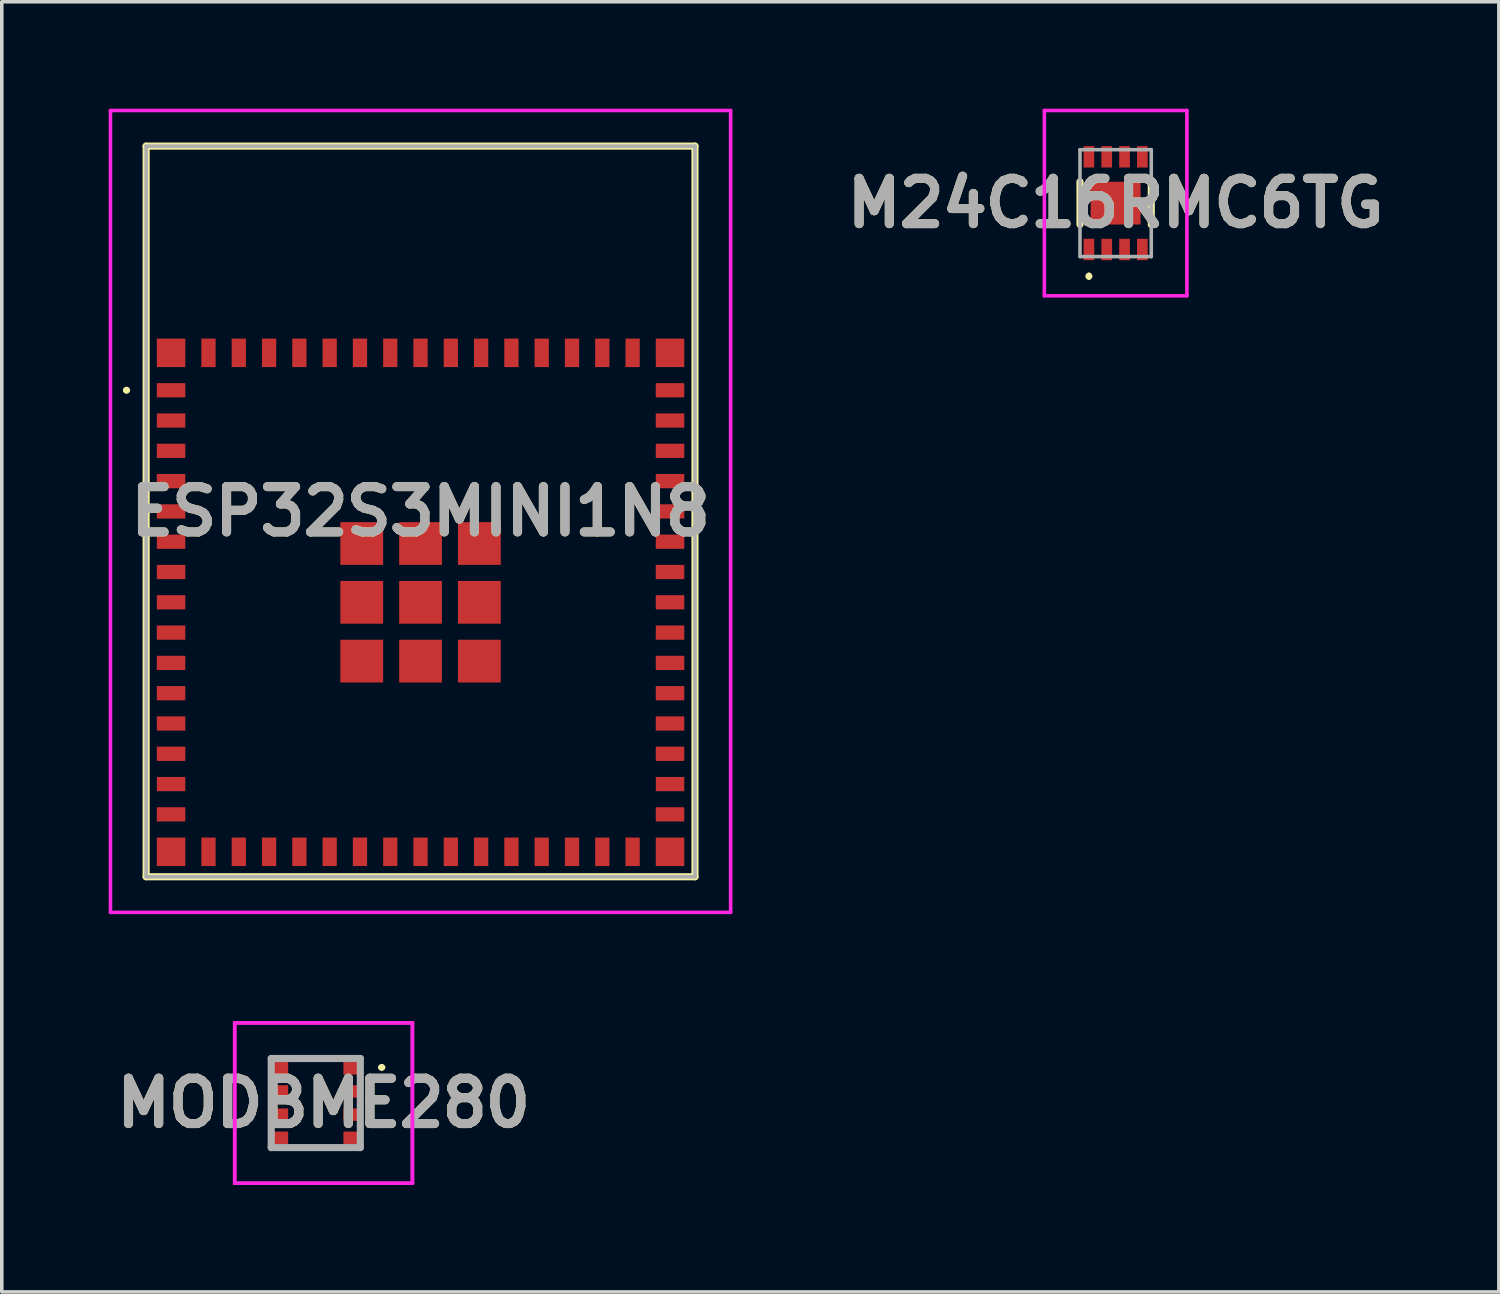
<source format=kicad_pcb>
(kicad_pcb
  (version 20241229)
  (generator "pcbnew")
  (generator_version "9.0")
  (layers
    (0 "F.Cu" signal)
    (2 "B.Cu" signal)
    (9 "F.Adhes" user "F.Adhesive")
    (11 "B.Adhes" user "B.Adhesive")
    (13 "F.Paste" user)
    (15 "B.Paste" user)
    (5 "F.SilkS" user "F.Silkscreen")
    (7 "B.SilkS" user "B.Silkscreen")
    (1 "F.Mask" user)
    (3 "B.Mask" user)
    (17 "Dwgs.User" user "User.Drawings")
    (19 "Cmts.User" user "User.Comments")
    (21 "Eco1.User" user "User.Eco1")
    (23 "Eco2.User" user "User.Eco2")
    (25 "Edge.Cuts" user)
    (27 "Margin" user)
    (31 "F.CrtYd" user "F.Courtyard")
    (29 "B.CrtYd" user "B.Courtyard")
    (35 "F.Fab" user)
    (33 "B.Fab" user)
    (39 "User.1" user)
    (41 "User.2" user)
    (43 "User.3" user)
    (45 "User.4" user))
  (footprint "MODBME280"
    (layer "F.Cu")
    (at 5.81 27.9)
    (property "Reference" "MODBME280" (at 0.219 0 0) (layer "F.SilkS") (effects (font (size 1.27 1.27) (thickness 0.254))))
    (attr smd)
    (fp_line (start -0.6 -1.25) (end 0.6 -1.25) (stroke (width 0.1) (type solid)) (layer "F.SilkS"))
    (fp_line (start -0.6 1.25) (end 0.6 1.25) (stroke (width 0.1) (type solid)) (layer "F.SilkS"))
    (fp_line (start 1.8 -1) (end 1.8 -1) (stroke (width 0.1) (type solid)) (layer "F.SilkS"))
    (fp_line (start 1.9 -1) (end 1.9 -1) (stroke (width 0.1) (type solid)) (layer "F.SilkS"))
    (fp_arc (start 1.8 -1) (mid 1.85 -1.05) (end 1.9 -1) (stroke (width 0.1) (type solid)) (layer "F.SilkS"))
    (fp_arc (start 1.9 -1) (mid 1.85 -0.95) (end 1.8 -1) (stroke (width 0.1) (type solid)) (layer "F.SilkS"))
    (fp_line (start -2.275 -2.25) (end 2.712 -2.25) (stroke (width 0.1) (type solid)) (layer "F.CrtYd"))
    (fp_line (start -2.275 -2.25) (end 2.712 -2.25) (stroke (width 0.1) (type solid)) (layer "F.CrtYd"))
    (fp_line (start -2.275 2.25) (end -2.275 -2.25) (stroke (width 0.1) (type solid)) (layer "F.CrtYd"))
    (fp_line (start -2.275 2.25) (end -2.275 -2.25) (stroke (width 0.1) (type solid)) (layer "F.CrtYd"))
    (fp_line (start 2.712 -2.25) (end 2.712 2.25) (stroke (width 0.1) (type solid)) (layer "F.CrtYd"))
    (fp_line (start 2.712 -2.25) (end 2.712 2.25) (stroke (width 0.1) (type solid)) (layer "F.CrtYd"))
    (fp_line (start 2.712 2.25) (end -2.275 2.25) (stroke (width 0.1) (type solid)) (layer "F.CrtYd"))
    (fp_line (start 2.712 2.25) (end -2.275 2.25) (stroke (width 0.1) (type solid)) (layer "F.CrtYd"))
    (fp_line (start -1.25 -1.25) (end 1.25 -1.25) (stroke (width 0.2) (type solid)) (layer "F.Fab"))
    (fp_line (start -1.25 1.25) (end -1.25 -1.25) (stroke (width 0.2) (type solid)) (layer "F.Fab"))
    (fp_line (start 1.25 -1.25) (end 1.25 1.25) (stroke (width 0.2) (type solid)) (layer "F.Fab"))
    (fp_line (start 1.25 1.25) (end -1.25 1.25) (stroke (width 0.2) (type solid)) (layer "F.Fab"))
    (fp_text user "${REFERENCE}" (at 0.219 0 0) (layer "F.Fab") (effects (font (size 1.27 1.27) (thickness 0.254))))
    (pad "1" smd rect (at 1.025 -0.975 90) (size 0.35 0.5) (layers "F.Cu" "F.Mask" "F.Paste"))
    (pad "2" smd rect (at 1.025 -0.325 90) (size 0.35 0.5) (layers "F.Cu" "F.Mask" "F.Paste"))
    (pad "3" smd rect (at 1.025 0.325 90) (size 0.35 0.5) (layers "F.Cu" "F.Mask" "F.Paste"))
    (pad "4" smd rect (at 1.025 0.975 90) (size 0.35 0.5) (layers "F.Cu" "F.Mask" "F.Paste"))
    (pad "5" smd rect (at -1.025 0.975 90) (size 0.35 0.5) (layers "F.Cu" "F.Mask" "F.Paste"))
    (pad "6" smd rect (at -1.025 0.325 90) (size 0.35 0.5) (layers "F.Cu" "F.Mask" "F.Paste"))
    (pad "7" smd rect (at -1.025 -0.325 90) (size 0.35 0.5) (layers "F.Cu" "F.Mask" "F.Paste"))
    (pad "8" smd rect (at -1.025 -0.975 90) (size 0.35 0.5) (layers "F.Cu" "F.Mask" "F.Paste")))
  (footprint "ESP32S3MINI1N8"
    (layer "F.Cu")
    (at 8.75 13.85)
    (property "Reference" "ESP32S3MINI1N8" (at 0 -2.55 0) (layer "F.SilkS") (effects (font (size 1.27 1.27) (thickness 0.254))))
    (attr smd)
    (fp_line (start -8.3 -5.95) (end -8.3 -5.95) (stroke (width 0.1) (type solid)) (layer "F.SilkS"))
    (fp_line (start -8.2 -5.95) (end -8.2 -5.95) (stroke (width 0.1) (type solid)) (layer "F.SilkS"))
    (fp_line (start -7.7 -12.8) (end 7.7 -12.8) (stroke (width 0.2) (type solid)) (layer "F.SilkS"))
    (fp_line (start -7.7 7.7) (end -7.7 -12.8) (stroke (width 0.2) (type solid)) (layer "F.SilkS"))
    (fp_line (start 7.7 -12.8) (end 7.7 7.7) (stroke (width 0.2) (type solid)) (layer "F.SilkS"))
    (fp_line (start 7.7 7.7) (end -7.7 7.7) (stroke (width 0.2) (type solid)) (layer "F.SilkS"))
    (fp_arc (start -8.3 -5.95) (mid -8.25 -6) (end -8.2 -5.95) (stroke (width 0.1) (type solid)) (layer "F.SilkS"))
    (fp_arc (start -8.2 -5.95) (mid -8.25 -5.9) (end -8.3 -5.95) (stroke (width 0.1) (type solid)) (layer "F.SilkS"))
    (fp_line (start -8.7 -13.8) (end 8.7 -13.8) (stroke (width 0.1) (type solid)) (layer "F.CrtYd"))
    (fp_line (start -8.7 8.7) (end -8.7 -13.8) (stroke (width 0.1) (type solid)) (layer "F.CrtYd"))
    (fp_line (start 8.7 -13.8) (end 8.7 8.7) (stroke (width 0.1) (type solid)) (layer "F.CrtYd"))
    (fp_line (start 8.7 8.7) (end -8.7 8.7) (stroke (width 0.1) (type solid)) (layer "F.CrtYd"))
    (fp_line (start -7.7 -12.8) (end 7.7 -12.8) (stroke (width 0.1) (type solid)) (layer "F.Fab"))
    (fp_line (start -7.7 7.7) (end -7.7 -12.8) (stroke (width 0.1) (type solid)) (layer "F.Fab"))
    (fp_line (start 7.7 -12.8) (end 7.7 7.7) (stroke (width 0.1) (type solid)) (layer "F.Fab"))
    (fp_line (start 7.7 7.7) (end -7.7 7.7) (stroke (width 0.1) (type solid)) (layer "F.Fab"))
    (fp_text user "${REFERENCE}" (at 0 -2.55 0) (layer "F.Fab") (effects (font (size 1.27 1.27) (thickness 0.254))))
    (pad "1" smd rect (at -7 -5.95 90) (size 0.4 0.8) (layers "F.Cu" "F.Mask" "F.Paste"))
    (pad "2" smd rect (at -7 -5.1 90) (size 0.4 0.8) (layers "F.Cu" "F.Mask" "F.Paste"))
    (pad "3" smd rect (at -7 -4.25 90) (size 0.4 0.8) (layers "F.Cu" "F.Mask" "F.Paste"))
    (pad "4" smd rect (at -7 -3.4 90) (size 0.4 0.8) (layers "F.Cu" "F.Mask" "F.Paste"))
    (pad "5" smd rect (at -7 -2.55 90) (size 0.4 0.8) (layers "F.Cu" "F.Mask" "F.Paste"))
    (pad "6" smd rect (at -7 -1.7 90) (size 0.4 0.8) (layers "F.Cu" "F.Mask" "F.Paste"))
    (pad "7" smd rect (at -7 -0.85 90) (size 0.4 0.8) (layers "F.Cu" "F.Mask" "F.Paste"))
    (pad "8" smd rect (at -7 0 90) (size 0.4 0.8) (layers "F.Cu" "F.Mask" "F.Paste"))
    (pad "9" smd rect (at -7 0.85 90) (size 0.4 0.8) (layers "F.Cu" "F.Mask" "F.Paste"))
    (pad "10" smd rect (at -7 1.7 90) (size 0.4 0.8) (layers "F.Cu" "F.Mask" "F.Paste"))
    (pad "11" smd rect (at -7 2.55 90) (size 0.4 0.8) (layers "F.Cu" "F.Mask" "F.Paste"))
    (pad "12" smd rect (at -7 3.4 90) (size 0.4 0.8) (layers "F.Cu" "F.Mask" "F.Paste"))
    (pad "13" smd rect (at -7 4.25 90) (size 0.4 0.8) (layers "F.Cu" "F.Mask" "F.Paste"))
    (pad "14" smd rect (at -7 5.1 90) (size 0.4 0.8) (layers "F.Cu" "F.Mask" "F.Paste"))
    (pad "15" smd rect (at -7 5.95 90) (size 0.4 0.8) (layers "F.Cu" "F.Mask" "F.Paste"))
    (pad "16" smd rect (at -5.95 7) (size 0.4 0.8) (layers "F.Cu" "F.Mask" "F.Paste"))
    (pad "17" smd rect (at -5.1 7) (size 0.4 0.8) (layers "F.Cu" "F.Mask" "F.Paste"))
    (pad "18" smd rect (at -4.25 7) (size 0.4 0.8) (layers "F.Cu" "F.Mask" "F.Paste"))
    (pad "19" smd rect (at -3.4 7) (size 0.4 0.8) (layers "F.Cu" "F.Mask" "F.Paste"))
    (pad "20" smd rect (at -2.55 7) (size 0.4 0.8) (layers "F.Cu" "F.Mask" "F.Paste"))
    (pad "21" smd rect (at -1.7 7) (size 0.4 0.8) (layers "F.Cu" "F.Mask" "F.Paste"))
    (pad "22" smd rect (at -0.85 7) (size 0.4 0.8) (layers "F.Cu" "F.Mask" "F.Paste"))
    (pad "23" smd rect (at 0 7) (size 0.4 0.8) (layers "F.Cu" "F.Mask" "F.Paste"))
    (pad "24" smd rect (at 0.85 7) (size 0.4 0.8) (layers "F.Cu" "F.Mask" "F.Paste"))
    (pad "25" smd rect (at 1.7 7) (size 0.4 0.8) (layers "F.Cu" "F.Mask" "F.Paste"))
    (pad "26" smd rect (at 2.55 7) (size 0.4 0.8) (layers "F.Cu" "F.Mask" "F.Paste"))
    (pad "27" smd rect (at 3.4 7) (size 0.4 0.8) (layers "F.Cu" "F.Mask" "F.Paste"))
    (pad "28" smd rect (at 4.25 7) (size 0.4 0.8) (layers "F.Cu" "F.Mask" "F.Paste"))
    (pad "29" smd rect (at 5.1 7) (size 0.4 0.8) (layers "F.Cu" "F.Mask" "F.Paste"))
    (pad "30" smd rect (at 5.95 7) (size 0.4 0.8) (layers "F.Cu" "F.Mask" "F.Paste"))
    (pad "31" smd rect (at 7 5.95 90) (size 0.4 0.8) (layers "F.Cu" "F.Mask" "F.Paste"))
    (pad "32" smd rect (at 7 5.1 90) (size 0.4 0.8) (layers "F.Cu" "F.Mask" "F.Paste"))
    (pad "33" smd rect (at 7 4.25 90) (size 0.4 0.8) (layers "F.Cu" "F.Mask" "F.Paste"))
    (pad "34" smd rect (at 7 3.4 90) (size 0.4 0.8) (layers "F.Cu" "F.Mask" "F.Paste"))
    (pad "35" smd rect (at 7 2.55 90) (size 0.4 0.8) (layers "F.Cu" "F.Mask" "F.Paste"))
    (pad "36" smd rect (at 7 1.7 90) (size 0.4 0.8) (layers "F.Cu" "F.Mask" "F.Paste"))
    (pad "37" smd rect (at 7 0.85 90) (size 0.4 0.8) (layers "F.Cu" "F.Mask" "F.Paste"))
    (pad "38" smd rect (at 7 0 90) (size 0.4 0.8) (layers "F.Cu" "F.Mask" "F.Paste"))
    (pad "39" smd rect (at 7 -0.85 90) (size 0.4 0.8) (layers "F.Cu" "F.Mask" "F.Paste"))
    (pad "40" smd rect (at 7 -1.7 90) (size 0.4 0.8) (layers "F.Cu" "F.Mask" "F.Paste"))
    (pad "41" smd rect (at 7 -2.55 90) (size 0.4 0.8) (layers "F.Cu" "F.Mask" "F.Paste"))
    (pad "42" smd rect (at 7 -3.4 90) (size 0.4 0.8) (layers "F.Cu" "F.Mask" "F.Paste"))
    (pad "43" smd rect (at 7 -4.25 90) (size 0.4 0.8) (layers "F.Cu" "F.Mask" "F.Paste"))
    (pad "44" smd rect (at 7 -5.1 90) (size 0.4 0.8) (layers "F.Cu" "F.Mask" "F.Paste"))
    (pad "45" smd rect (at 7 -5.95 90) (size 0.4 0.8) (layers "F.Cu" "F.Mask" "F.Paste"))
    (pad "46" smd rect (at 5.95 -7) (size 0.4 0.8) (layers "F.Cu" "F.Mask" "F.Paste"))
    (pad "47" smd rect (at 5.1 -7) (size 0.4 0.8) (layers "F.Cu" "F.Mask" "F.Paste"))
    (pad "48" smd rect (at 4.25 -7) (size 0.4 0.8) (layers "F.Cu" "F.Mask" "F.Paste"))
    (pad "49" smd rect (at 3.4 -7) (size 0.4 0.8) (layers "F.Cu" "F.Mask" "F.Paste"))
    (pad "50" smd rect (at 2.55 -7) (size 0.4 0.8) (layers "F.Cu" "F.Mask" "F.Paste"))
    (pad "51" smd rect (at 1.7 -7) (size 0.4 0.8) (layers "F.Cu" "F.Mask" "F.Paste"))
    (pad "52" smd rect (at 0.85 -7) (size 0.4 0.8) (layers "F.Cu" "F.Mask" "F.Paste"))
    (pad "53" smd rect (at 0 -7) (size 0.4 0.8) (layers "F.Cu" "F.Mask" "F.Paste"))
    (pad "54" smd rect (at -0.85 -7) (size 0.4 0.8) (layers "F.Cu" "F.Mask" "F.Paste"))
    (pad "55" smd rect (at -1.7 -7) (size 0.4 0.8) (layers "F.Cu" "F.Mask" "F.Paste"))
    (pad "56" smd rect (at -2.55 -7) (size 0.4 0.8) (layers "F.Cu" "F.Mask" "F.Paste"))
    (pad "57" smd rect (at -3.4 -7) (size 0.4 0.8) (layers "F.Cu" "F.Mask" "F.Paste"))
    (pad "58" smd rect (at -4.25 -7) (size 0.4 0.8) (layers "F.Cu" "F.Mask" "F.Paste"))
    (pad "59" smd rect (at -5.1 -7) (size 0.4 0.8) (layers "F.Cu" "F.Mask" "F.Paste"))
    (pad "60" smd rect (at -5.95 -7) (size 0.4 0.8) (layers "F.Cu" "F.Mask" "F.Paste"))
    (pad "61" smd rect (at 0 0) (size 1.2 1.2) (layers "F.Cu" "F.Mask" "F.Paste"))
    (pad "62" smd rect (at -7 -7) (size 0.8 0.8) (layers "F.Cu" "F.Mask" "F.Paste"))
    (pad "63" smd rect (at -7 7) (size 0.8 0.8) (layers "F.Cu" "F.Mask" "F.Paste"))
    (pad "64" smd rect (at 7 7) (size 0.8 0.8) (layers "F.Cu" "F.Mask" "F.Paste"))
    (pad "65" smd rect (at 7 -7) (size 0.8 0.8) (layers "F.Cu" "F.Mask" "F.Paste"))
    (pad "66" smd rect (at -1.65 -1.65) (size 1.2 1.2) (layers "F.Cu" "F.Mask" "F.Paste"))
    (pad "67" smd rect (at -1.65 0) (size 1.2 1.2) (layers "F.Cu" "F.Mask" "F.Paste"))
    (pad "68" smd rect (at -1.65 1.65) (size 1.2 1.2) (layers "F.Cu" "F.Mask" "F.Paste"))
    (pad "69" smd rect (at 0 1.65) (size 1.2 1.2) (layers "F.Cu" "F.Mask" "F.Paste"))
    (pad "70" smd rect (at 1.65 1.65) (size 1.2 1.2) (layers "F.Cu" "F.Mask" "F.Paste"))
    (pad "71" smd rect (at 1.65 0) (size 1.2 1.2) (layers "F.Cu" "F.Mask" "F.Paste"))
    (pad "72" smd rect (at 1.65 -1.65) (size 1.2 1.2) (layers "F.Cu" "F.Mask" "F.Paste"))
    (pad "73" smd rect (at 0 -1.65) (size 1.2 1.2) (layers "F.Cu" "F.Mask" "F.Paste")))
  (footprint "M24C16RMC6TG"
    (layer "F.Cu")
    (at 28.253 2.65)
    (property "Reference" "M24C16RMC6TG" (at 0 0 0) (layer "F.SilkS") (effects (font (size 1.27 1.27) (thickness 0.254))))
    (attr smd)
    (fp_line (start -1 -0.6) (end -1 0.6) (stroke (width 0.2) (type solid)) (layer "F.SilkS"))
    (fp_line (start -0.75 2) (end -0.75 2) (stroke (width 0.1) (type solid)) (layer "F.SilkS"))
    (fp_line (start -0.75 2.1) (end -0.75 2.1) (stroke (width 0.1) (type solid)) (layer "F.SilkS"))
    (fp_line (start 1 0.6) (end 1 -0.6) (stroke (width 0.2) (type solid)) (layer "F.SilkS"))
    (fp_arc (start -0.75 2) (mid -0.7 2.05) (end -0.75 2.1) (stroke (width 0.1) (type solid)) (layer "F.SilkS"))
    (fp_arc (start -0.75 2.1) (mid -0.8 2.05) (end -0.75 2) (stroke (width 0.1) (type solid)) (layer "F.SilkS"))
    (fp_line (start -2 -2.6) (end 2 -2.6) (stroke (width 0.1) (type solid)) (layer "F.CrtYd"))
    (fp_line (start -2 2.6) (end -2 -2.6) (stroke (width 0.1) (type solid)) (layer "F.CrtYd"))
    (fp_line (start 2 -2.6) (end 2 2.6) (stroke (width 0.1) (type solid)) (layer "F.CrtYd"))
    (fp_line (start 2 2.6) (end -2 2.6) (stroke (width 0.1) (type solid)) (layer "F.CrtYd"))
    (fp_line (start -1 -1.5) (end -1 1.5) (stroke (width 0.1) (type solid)) (layer "F.Fab"))
    (fp_line (start -1 1.5) (end 1 1.5) (stroke (width 0.1) (type solid)) (layer "F.Fab"))
    (fp_line (start 1 -1.5) (end -1 -1.5) (stroke (width 0.1) (type solid)) (layer "F.Fab"))
    (fp_line (start 1 1.5) (end 1 -1.5) (stroke (width 0.1) (type solid)) (layer "F.Fab"))
    (fp_text user "${REFERENCE}" (at 0 0 0) (layer "F.Fab") (effects (font (size 1.27 1.27) (thickness 0.254))))
    (pad "1" smd rect (at -0.75 1.3) (size 0.3 0.6) (layers "F.Cu" "F.Mask" "F.Paste"))
    (pad "2" smd rect (at -0.25 1.3) (size 0.3 0.6) (layers "F.Cu" "F.Mask" "F.Paste"))
    (pad "3" smd rect (at 0.25 1.3) (size 0.3 0.6) (layers "F.Cu" "F.Mask" "F.Paste"))
    (pad "4" smd rect (at 0.75 1.3) (size 0.3 0.6) (layers "F.Cu" "F.Mask" "F.Paste"))
    (pad "5" smd rect (at 0.75 -1.3) (size 0.3 0.6) (layers "F.Cu" "F.Mask" "F.Paste"))
    (pad "6" smd rect (at 0.25 -1.3) (size 0.3 0.6) (layers "F.Cu" "F.Mask" "F.Paste"))
    (pad "7" smd rect (at -0.25 -1.3) (size 0.3 0.6) (layers "F.Cu" "F.Mask" "F.Paste"))
    (pad "8" smd rect (at -0.75 -1.3) (size 0.3 0.6) (layers "F.Cu" "F.Mask" "F.Paste"))
    (pad "9" smd rect (at 0 0 90) (size 1.2 1.4) (layers "F.Cu" "F.Mask" "F.Paste")))
  (gr_rect
    (start -3 -3)
    (end 39.006 33.2)
    (stroke (width 0.1) (type default))
    (fill no)
    (layer "Edge.Cuts")))
</source>
